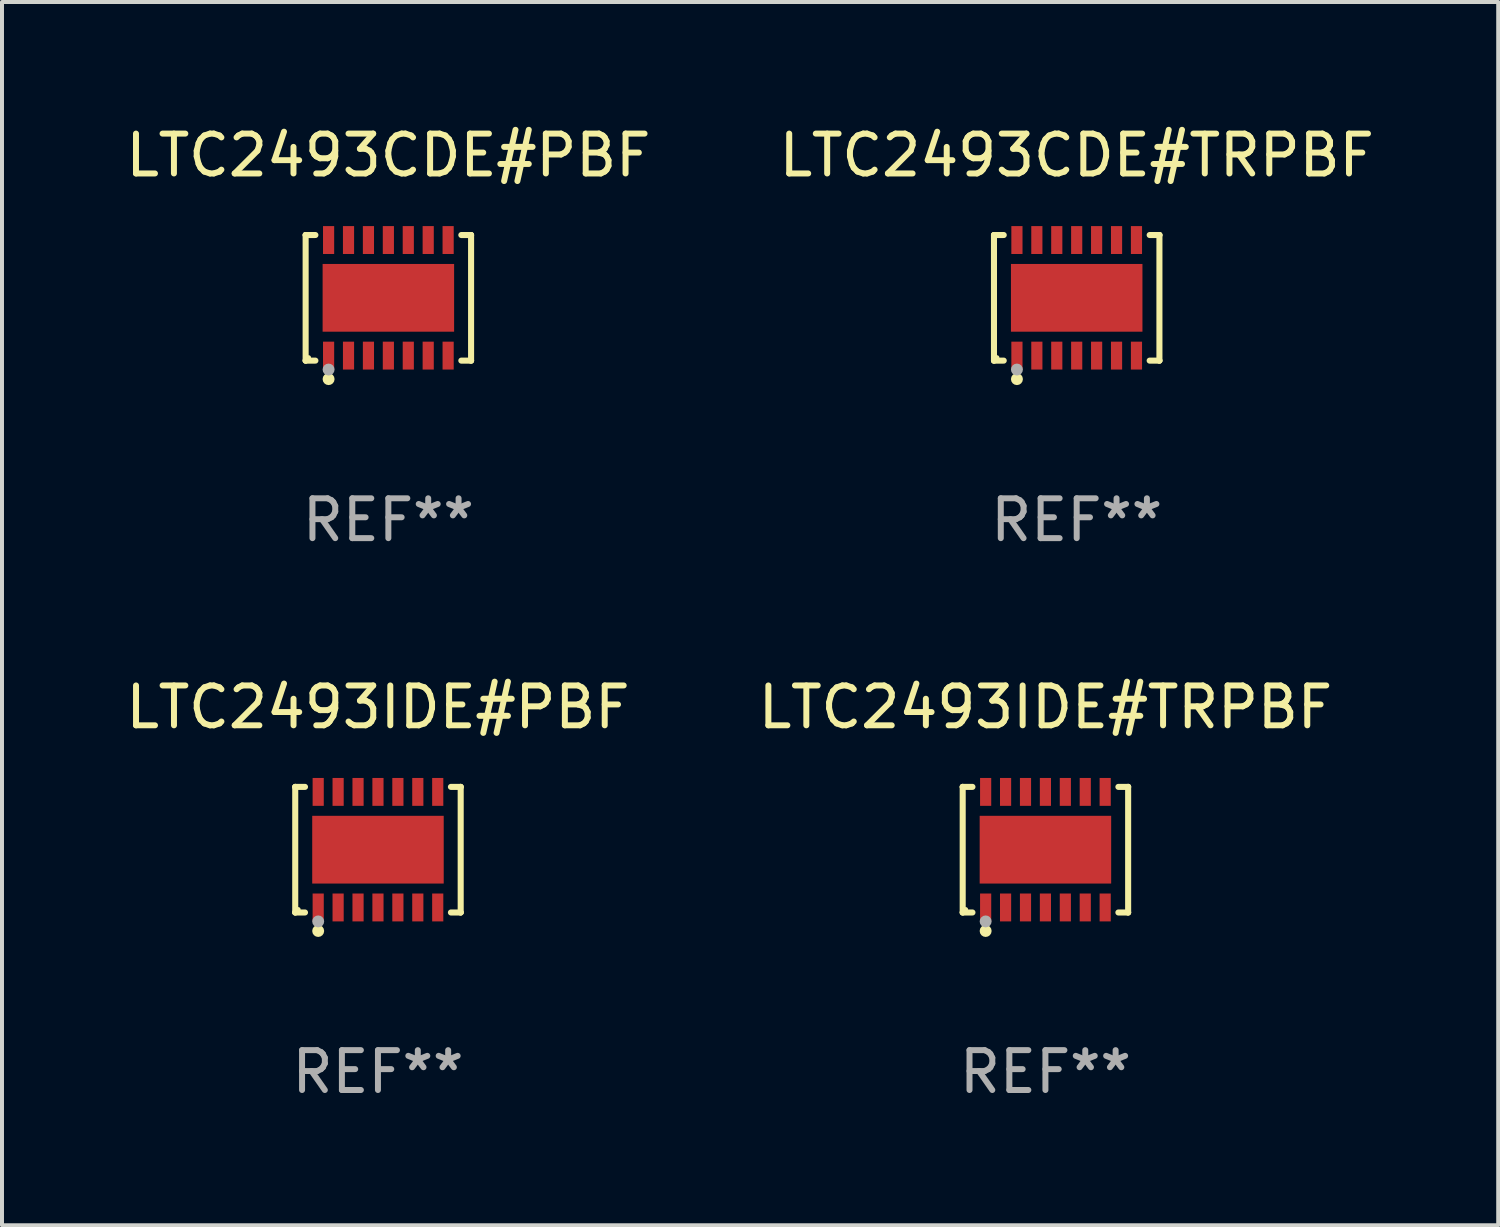
<source format=kicad_pcb>
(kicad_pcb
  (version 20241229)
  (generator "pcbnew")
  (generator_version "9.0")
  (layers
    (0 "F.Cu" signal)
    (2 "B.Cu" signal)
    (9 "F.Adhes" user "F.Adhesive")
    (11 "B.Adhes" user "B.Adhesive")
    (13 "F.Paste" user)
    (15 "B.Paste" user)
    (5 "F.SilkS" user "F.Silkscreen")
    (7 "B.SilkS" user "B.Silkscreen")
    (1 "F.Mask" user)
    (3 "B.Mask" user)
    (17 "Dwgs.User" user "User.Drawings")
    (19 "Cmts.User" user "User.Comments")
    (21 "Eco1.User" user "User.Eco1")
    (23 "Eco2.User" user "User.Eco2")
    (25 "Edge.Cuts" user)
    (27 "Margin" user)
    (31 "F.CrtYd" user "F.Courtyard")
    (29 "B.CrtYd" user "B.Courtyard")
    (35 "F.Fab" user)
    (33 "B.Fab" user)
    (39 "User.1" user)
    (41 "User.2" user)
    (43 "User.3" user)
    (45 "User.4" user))
  (footprint "LTC2493CDE#PBF"
    (layer "F.Cu")
    (at 6.696 4.424)
    (property "Reference" "LTC2493CDE#PBF" (at 0 -3.576 0) (layer "F.SilkS") (effects (font (size 1 1) (thickness 0.15))))
    (attr through_hole)
    (fp_line (start -2.076 -1.576) (end -2.076 -1.576) (stroke (width 0.152) (type solid)) (layer "F.SilkS"))
    (fp_line (start -2.076 -1.576) (end -1.831 -1.576) (stroke (width 0.152) (type solid)) (layer "F.SilkS"))
    (fp_line (start -2.076 1.576) (end -2.076 -1.576) (stroke (width 0.152) (type solid)) (layer "F.SilkS"))
    (fp_line (start -2.076 1.576) (end -2.076 1.576) (stroke (width 0.152) (type solid)) (layer "F.SilkS"))
    (fp_line (start -1.831 1.576) (end -2.076 1.576) (stroke (width 0.152) (type solid)) (layer "F.SilkS"))
    (fp_line (start 1.831 1.576) (end 2.076 1.576) (stroke (width 0.152) (type solid)) (layer "F.SilkS"))
    (fp_line (start 2.076 -1.576) (end 1.831 -1.576) (stroke (width 0.152) (type solid)) (layer "F.SilkS"))
    (fp_line (start 2.076 -1.576) (end 2.076 -1.576) (stroke (width 0.152) (type solid)) (layer "F.SilkS"))
    (fp_line (start 2.076 1.576) (end 2.076 -1.576) (stroke (width 0.152) (type solid)) (layer "F.SilkS"))
    (fp_line (start 2.076 1.576) (end 2.076 1.576) (stroke (width 0.152) (type solid)) (layer "F.SilkS"))
    (fp_circle (center -2 1.5) (end -1.97 1.5) (stroke (width 0.06) (type solid)) (fill no) (layer "F.SilkS"))
    (fp_circle (center -1.5 2.04) (end -1.425 2.04) (stroke (width 0.15) (type solid)) (fill no) (layer "F.SilkS"))
    (fp_circle (center -1.5 1.8) (end -1.425 1.8) (stroke (width 0.15) (type solid)) (fill no) (layer "F.Fab"))
    (fp_text user "REF**" (at 0 5.576 0) (layer "F.Fab") (effects (font (size 1 1) (thickness 0.15))))
    (pad "1" smd rect (at -1.5 1.45) (size 0.28 0.7) (layers "F.Cu" "F.Mask" "F.Paste"))
    (pad "2" smd rect (at -1 1.45) (size 0.28 0.7) (layers "F.Cu" "F.Mask" "F.Paste"))
    (pad "3" smd rect (at -0.5 1.45) (size 0.28 0.7) (layers "F.Cu" "F.Mask" "F.Paste"))
    (pad "4" smd rect (at 0 1.45) (size 0.28 0.7) (layers "F.Cu" "F.Mask" "F.Paste"))
    (pad "5" smd rect (at 0.5 1.45) (size 0.28 0.7) (layers "F.Cu" "F.Mask" "F.Paste"))
    (pad "6" smd rect (at 1 1.45) (size 0.28 0.7) (layers "F.Cu" "F.Mask" "F.Paste"))
    (pad "7" smd rect (at 1.5 1.45) (size 0.28 0.7) (layers "F.Cu" "F.Mask" "F.Paste"))
    (pad "8" smd rect (at 1.5 -1.45) (size 0.28 0.7) (layers "F.Cu" "F.Mask" "F.Paste"))
    (pad "9" smd rect (at 1 -1.45) (size 0.28 0.7) (layers "F.Cu" "F.Mask" "F.Paste"))
    (pad "10" smd rect (at 0.5 -1.45) (size 0.28 0.7) (layers "F.Cu" "F.Mask" "F.Paste"))
    (pad "11" smd rect (at 0 -1.45) (size 0.28 0.7) (layers "F.Cu" "F.Mask" "F.Paste"))
    (pad "12" smd rect (at -0.5 -1.45) (size 0.28 0.7) (layers "F.Cu" "F.Mask" "F.Paste"))
    (pad "13" smd rect (at -1 -1.45) (size 0.28 0.7) (layers "F.Cu" "F.Mask" "F.Paste"))
    (pad "14" smd rect (at -1.5 -1.45) (size 0.28 0.7) (layers "F.Cu" "F.Mask" "F.Paste"))
    (pad "15" smd rect (at 0 0) (size 3.3 1.7) (layers "F.Cu" "F.Mask" "F.Paste")))
  (footprint "LTC2493IDE#TRPBF"
    (layer "F.Cu")
    (at 23.185 18.273)
    (property "Reference" "LTC2493IDE#TRPBF" (at 0 -3.576 0) (layer "F.SilkS") (effects (font (size 1 1) (thickness 0.15))))
    (attr through_hole)
    (fp_line (start -2.076 -1.576) (end -2.076 -1.576) (stroke (width 0.152) (type solid)) (layer "F.SilkS"))
    (fp_line (start -2.076 -1.576) (end -1.831 -1.576) (stroke (width 0.152) (type solid)) (layer "F.SilkS"))
    (fp_line (start -2.076 1.576) (end -2.076 -1.576) (stroke (width 0.152) (type solid)) (layer "F.SilkS"))
    (fp_line (start -2.076 1.576) (end -2.076 1.576) (stroke (width 0.152) (type solid)) (layer "F.SilkS"))
    (fp_line (start -1.831 1.576) (end -2.076 1.576) (stroke (width 0.152) (type solid)) (layer "F.SilkS"))
    (fp_line (start 1.831 1.576) (end 2.076 1.576) (stroke (width 0.152) (type solid)) (layer "F.SilkS"))
    (fp_line (start 2.076 -1.576) (end 1.831 -1.576) (stroke (width 0.152) (type solid)) (layer "F.SilkS"))
    (fp_line (start 2.076 -1.576) (end 2.076 -1.576) (stroke (width 0.152) (type solid)) (layer "F.SilkS"))
    (fp_line (start 2.076 1.576) (end 2.076 -1.576) (stroke (width 0.152) (type solid)) (layer "F.SilkS"))
    (fp_line (start 2.076 1.576) (end 2.076 1.576) (stroke (width 0.152) (type solid)) (layer "F.SilkS"))
    (fp_circle (center -2 1.5) (end -1.97 1.5) (stroke (width 0.06) (type solid)) (fill no) (layer "F.SilkS"))
    (fp_circle (center -1.5 2.04) (end -1.425 2.04) (stroke (width 0.15) (type solid)) (fill no) (layer "F.SilkS"))
    (fp_circle (center -1.5 1.8) (end -1.425 1.8) (stroke (width 0.15) (type solid)) (fill no) (layer "F.Fab"))
    (fp_text user "REF**" (at 0 5.576 0) (layer "F.Fab") (effects (font (size 1 1) (thickness 0.15))))
    (pad "1" smd rect (at -1.5 1.45) (size 0.28 0.7) (layers "F.Cu" "F.Mask" "F.Paste"))
    (pad "2" smd rect (at -1 1.45) (size 0.28 0.7) (layers "F.Cu" "F.Mask" "F.Paste"))
    (pad "3" smd rect (at -0.5 1.45) (size 0.28 0.7) (layers "F.Cu" "F.Mask" "F.Paste"))
    (pad "4" smd rect (at 0 1.45) (size 0.28 0.7) (layers "F.Cu" "F.Mask" "F.Paste"))
    (pad "5" smd rect (at 0.5 1.45) (size 0.28 0.7) (layers "F.Cu" "F.Mask" "F.Paste"))
    (pad "6" smd rect (at 1 1.45) (size 0.28 0.7) (layers "F.Cu" "F.Mask" "F.Paste"))
    (pad "7" smd rect (at 1.5 1.45) (size 0.28 0.7) (layers "F.Cu" "F.Mask" "F.Paste"))
    (pad "8" smd rect (at 1.5 -1.45) (size 0.28 0.7) (layers "F.Cu" "F.Mask" "F.Paste"))
    (pad "9" smd rect (at 1 -1.45) (size 0.28 0.7) (layers "F.Cu" "F.Mask" "F.Paste"))
    (pad "10" smd rect (at 0.5 -1.45) (size 0.28 0.7) (layers "F.Cu" "F.Mask" "F.Paste"))
    (pad "11" smd rect (at 0 -1.45) (size 0.28 0.7) (layers "F.Cu" "F.Mask" "F.Paste"))
    (pad "12" smd rect (at -0.5 -1.45) (size 0.28 0.7) (layers "F.Cu" "F.Mask" "F.Paste"))
    (pad "13" smd rect (at -1 -1.45) (size 0.28 0.7) (layers "F.Cu" "F.Mask" "F.Paste"))
    (pad "14" smd rect (at -1.5 -1.45) (size 0.28 0.7) (layers "F.Cu" "F.Mask" "F.Paste"))
    (pad "15" smd rect (at 0 0) (size 3.3 1.7) (layers "F.Cu" "F.Mask" "F.Paste")))
  (footprint "LTC2493CDE#TRPBF"
    (layer "F.Cu")
    (at 23.97 4.424)
    (property "Reference" "LTC2493CDE#TRPBF" (at 0 -3.576 0) (layer "F.SilkS") (effects (font (size 1 1) (thickness 0.15))))
    (attr through_hole)
    (fp_line (start -2.076 -1.576) (end -2.076 -1.576) (stroke (width 0.152) (type solid)) (layer "F.SilkS"))
    (fp_line (start -2.076 -1.576) (end -1.831 -1.576) (stroke (width 0.152) (type solid)) (layer "F.SilkS"))
    (fp_line (start -2.076 1.576) (end -2.076 -1.576) (stroke (width 0.152) (type solid)) (layer "F.SilkS"))
    (fp_line (start -2.076 1.576) (end -2.076 1.576) (stroke (width 0.152) (type solid)) (layer "F.SilkS"))
    (fp_line (start -1.831 1.576) (end -2.076 1.576) (stroke (width 0.152) (type solid)) (layer "F.SilkS"))
    (fp_line (start 1.831 1.576) (end 2.076 1.576) (stroke (width 0.152) (type solid)) (layer "F.SilkS"))
    (fp_line (start 2.076 -1.576) (end 1.831 -1.576) (stroke (width 0.152) (type solid)) (layer "F.SilkS"))
    (fp_line (start 2.076 -1.576) (end 2.076 -1.576) (stroke (width 0.152) (type solid)) (layer "F.SilkS"))
    (fp_line (start 2.076 1.576) (end 2.076 -1.576) (stroke (width 0.152) (type solid)) (layer "F.SilkS"))
    (fp_line (start 2.076 1.576) (end 2.076 1.576) (stroke (width 0.152) (type solid)) (layer "F.SilkS"))
    (fp_circle (center -2 1.5) (end -1.97 1.5) (stroke (width 0.06) (type solid)) (fill no) (layer "F.SilkS"))
    (fp_circle (center -1.5 2.04) (end -1.425 2.04) (stroke (width 0.15) (type solid)) (fill no) (layer "F.SilkS"))
    (fp_circle (center -1.5 1.8) (end -1.425 1.8) (stroke (width 0.15) (type solid)) (fill no) (layer "F.Fab"))
    (fp_text user "REF**" (at 0 5.576 0) (layer "F.Fab") (effects (font (size 1 1) (thickness 0.15))))
    (pad "1" smd rect (at -1.5 1.45) (size 0.28 0.7) (layers "F.Cu" "F.Mask" "F.Paste"))
    (pad "2" smd rect (at -1 1.45) (size 0.28 0.7) (layers "F.Cu" "F.Mask" "F.Paste"))
    (pad "3" smd rect (at -0.5 1.45) (size 0.28 0.7) (layers "F.Cu" "F.Mask" "F.Paste"))
    (pad "4" smd rect (at 0 1.45) (size 0.28 0.7) (layers "F.Cu" "F.Mask" "F.Paste"))
    (pad "5" smd rect (at 0.5 1.45) (size 0.28 0.7) (layers "F.Cu" "F.Mask" "F.Paste"))
    (pad "6" smd rect (at 1 1.45) (size 0.28 0.7) (layers "F.Cu" "F.Mask" "F.Paste"))
    (pad "7" smd rect (at 1.5 1.45) (size 0.28 0.7) (layers "F.Cu" "F.Mask" "F.Paste"))
    (pad "8" smd rect (at 1.5 -1.45) (size 0.28 0.7) (layers "F.Cu" "F.Mask" "F.Paste"))
    (pad "9" smd rect (at 1 -1.45) (size 0.28 0.7) (layers "F.Cu" "F.Mask" "F.Paste"))
    (pad "10" smd rect (at 0.5 -1.45) (size 0.28 0.7) (layers "F.Cu" "F.Mask" "F.Paste"))
    (pad "11" smd rect (at 0 -1.45) (size 0.28 0.7) (layers "F.Cu" "F.Mask" "F.Paste"))
    (pad "12" smd rect (at -0.5 -1.45) (size 0.28 0.7) (layers "F.Cu" "F.Mask" "F.Paste"))
    (pad "13" smd rect (at -1 -1.45) (size 0.28 0.7) (layers "F.Cu" "F.Mask" "F.Paste"))
    (pad "14" smd rect (at -1.5 -1.45) (size 0.28 0.7) (layers "F.Cu" "F.Mask" "F.Paste"))
    (pad "15" smd rect (at 0 0) (size 3.3 1.7) (layers "F.Cu" "F.Mask" "F.Paste")))
  (footprint "LTC2493IDE#PBF"
    (layer "F.Cu")
    (at 6.435 18.273)
    (property "Reference" "LTC2493IDE#PBF" (at 0 -3.576 0) (layer "F.SilkS") (effects (font (size 1 1) (thickness 0.15))))
    (attr through_hole)
    (fp_line (start -2.076 -1.576) (end -2.076 -1.576) (stroke (width 0.152) (type solid)) (layer "F.SilkS"))
    (fp_line (start -2.076 -1.576) (end -1.831 -1.576) (stroke (width 0.152) (type solid)) (layer "F.SilkS"))
    (fp_line (start -2.076 1.576) (end -2.076 -1.576) (stroke (width 0.152) (type solid)) (layer "F.SilkS"))
    (fp_line (start -2.076 1.576) (end -2.076 1.576) (stroke (width 0.152) (type solid)) (layer "F.SilkS"))
    (fp_line (start -1.831 1.576) (end -2.076 1.576) (stroke (width 0.152) (type solid)) (layer "F.SilkS"))
    (fp_line (start 1.831 1.576) (end 2.076 1.576) (stroke (width 0.152) (type solid)) (layer "F.SilkS"))
    (fp_line (start 2.076 -1.576) (end 1.831 -1.576) (stroke (width 0.152) (type solid)) (layer "F.SilkS"))
    (fp_line (start 2.076 -1.576) (end 2.076 -1.576) (stroke (width 0.152) (type solid)) (layer "F.SilkS"))
    (fp_line (start 2.076 1.576) (end 2.076 -1.576) (stroke (width 0.152) (type solid)) (layer "F.SilkS"))
    (fp_line (start 2.076 1.576) (end 2.076 1.576) (stroke (width 0.152) (type solid)) (layer "F.SilkS"))
    (fp_circle (center -2 1.5) (end -1.97 1.5) (stroke (width 0.06) (type solid)) (fill no) (layer "F.SilkS"))
    (fp_circle (center -1.5 2.04) (end -1.425 2.04) (stroke (width 0.15) (type solid)) (fill no) (layer "F.SilkS"))
    (fp_circle (center -1.5 1.8) (end -1.425 1.8) (stroke (width 0.15) (type solid)) (fill no) (layer "F.Fab"))
    (fp_text user "REF**" (at 0 5.576 0) (layer "F.Fab") (effects (font (size 1 1) (thickness 0.15))))
    (pad "1" smd rect (at -1.5 1.45) (size 0.28 0.7) (layers "F.Cu" "F.Mask" "F.Paste"))
    (pad "2" smd rect (at -1 1.45) (size 0.28 0.7) (layers "F.Cu" "F.Mask" "F.Paste"))
    (pad "3" smd rect (at -0.5 1.45) (size 0.28 0.7) (layers "F.Cu" "F.Mask" "F.Paste"))
    (pad "4" smd rect (at 0 1.45) (size 0.28 0.7) (layers "F.Cu" "F.Mask" "F.Paste"))
    (pad "5" smd rect (at 0.5 1.45) (size 0.28 0.7) (layers "F.Cu" "F.Mask" "F.Paste"))
    (pad "6" smd rect (at 1 1.45) (size 0.28 0.7) (layers "F.Cu" "F.Mask" "F.Paste"))
    (pad "7" smd rect (at 1.5 1.45) (size 0.28 0.7) (layers "F.Cu" "F.Mask" "F.Paste"))
    (pad "8" smd rect (at 1.5 -1.45) (size 0.28 0.7) (layers "F.Cu" "F.Mask" "F.Paste"))
    (pad "9" smd rect (at 1 -1.45) (size 0.28 0.7) (layers "F.Cu" "F.Mask" "F.Paste"))
    (pad "10" smd rect (at 0.5 -1.45) (size 0.28 0.7) (layers "F.Cu" "F.Mask" "F.Paste"))
    (pad "11" smd rect (at 0 -1.45) (size 0.28 0.7) (layers "F.Cu" "F.Mask" "F.Paste"))
    (pad "12" smd rect (at -0.5 -1.45) (size 0.28 0.7) (layers "F.Cu" "F.Mask" "F.Paste"))
    (pad "13" smd rect (at -1 -1.45) (size 0.28 0.7) (layers "F.Cu" "F.Mask" "F.Paste"))
    (pad "14" smd rect (at -1.5 -1.45) (size 0.28 0.7) (layers "F.Cu" "F.Mask" "F.Paste"))
    (pad "15" smd rect (at 0 0) (size 3.3 1.7) (layers "F.Cu" "F.Mask" "F.Paste")))
  (gr_rect
    (start -3 -3)
    (end 34.548 27.698)
    (stroke (width 0.1) (type default))
    (fill no)
    (layer "Edge.Cuts")))
</source>
